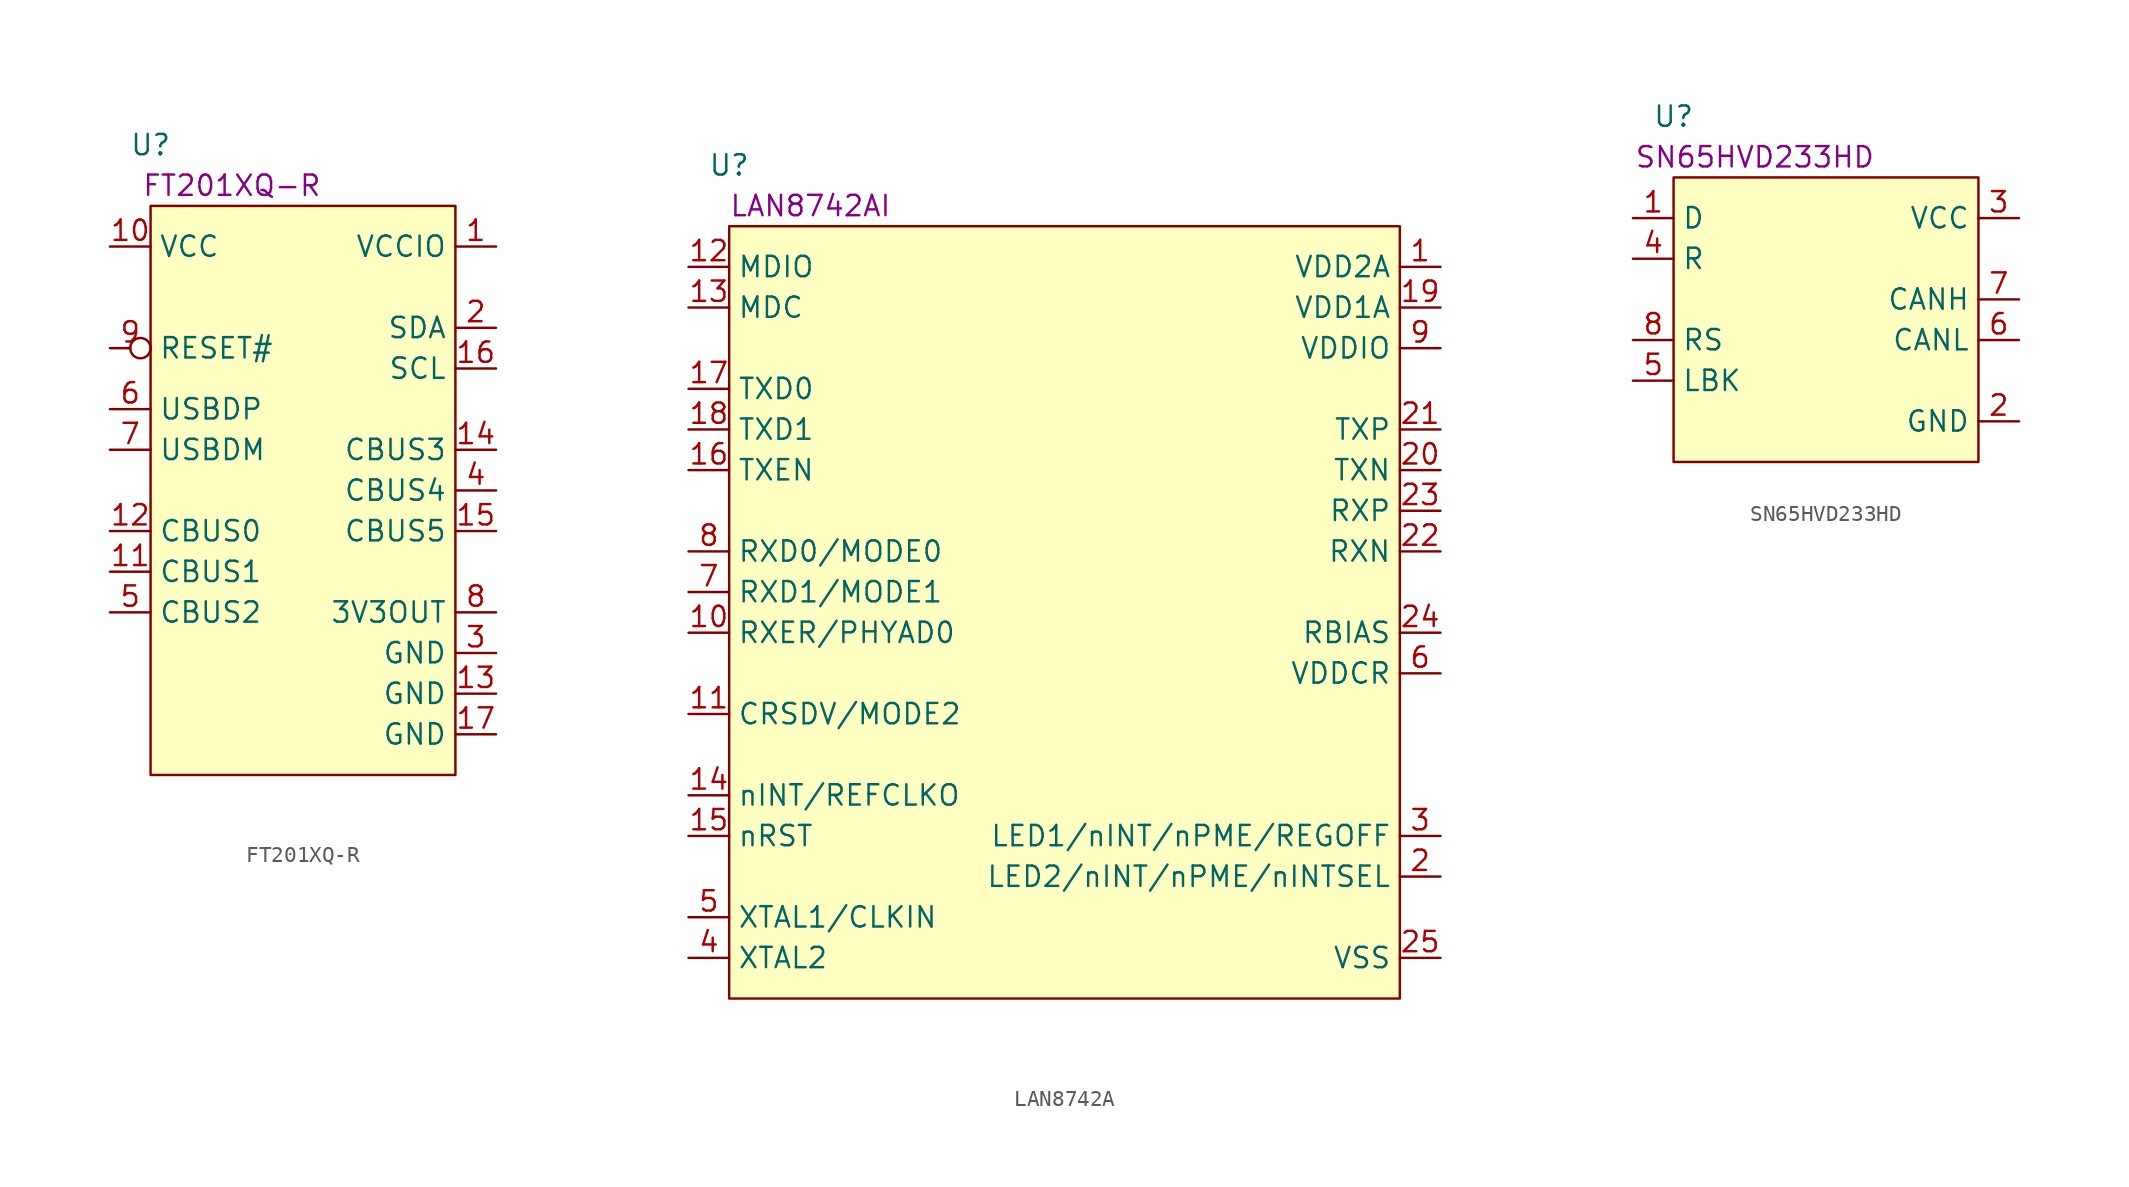
<source format=kicad_sym>
(kicad_symbol_lib
  (version 20211014)
  (generator kicad_symbol_editor)
  (symbol "FT201XQ-R"
    (property "Reference" "U"
      (at 2.54 6.35 0)
      (effects (font (size 1.27 1.27))))
    (property "P/N" "FT201XQ-R"
      (at 7.62 3.81 0)
      (effects (font (size 1.27 1.27))))
    (symbol "FT201XQ-R_0_0"
      (pin power_in line (at 24.13 0 180) (length 2.54) (name "VCCIO" (effects (font (size 1.27 1.27)))) (number "1" (effects (font (size 1.27 1.27)))))
      (pin power_in line (at 0 0 0) (length 2.54) (name "VCC" (effects (font (size 1.27 1.27)))) (number "10" (effects (font (size 1.27 1.27)))))
      (pin passive line (at 0 -20.32 0) (length 2.54) (name "CBUS1" (effects (font (size 1.27 1.27)))) (number "11" (effects (font (size 1.27 1.27)))))
      (pin passive line (at 0 -17.78 0) (length 2.54) (name "CBUS0" (effects (font (size 1.27 1.27)))) (number "12" (effects (font (size 1.27 1.27)))))
      (pin power_in line (at 24.13 -27.94 180) (length 2.54) (name "GND" (effects (font (size 1.27 1.27)))) (number "13" (effects (font (size 1.27 1.27)))))
      (pin passive line (at 24.13 -12.7 180) (length 2.54) (name "CBUS3" (effects (font (size 1.27 1.27)))) (number "14" (effects (font (size 1.27 1.27)))))
      (pin passive line (at 24.13 -17.78 180) (length 2.54) (name "CBUS5" (effects (font (size 1.27 1.27)))) (number "15" (effects (font (size 1.27 1.27)))))
      (pin input line (at 24.13 -7.62 180) (length 2.54) (name "SCL" (effects (font (size 1.27 1.27)))) (number "16" (effects (font (size 1.27 1.27)))))
      (pin power_in line (at 24.13 -30.48 180) (length 2.54) (name "GND" (effects (font (size 1.27 1.27)))) (number "17" (effects (font (size 1.27 1.27)))))
      (pin bidirectional line (at 24.13 -5.08 180) (length 2.54) (name "SDA" (effects (font (size 1.27 1.27)))) (number "2" (effects (font (size 1.27 1.27)))))
      (pin power_in line (at 24.13 -25.4 180) (length 2.54) (name "GND" (effects (font (size 1.27 1.27)))) (number "3" (effects (font (size 1.27 1.27)))))
      (pin passive line (at 24.13 -15.24 180) (length 2.54) (name "CBUS4" (effects (font (size 1.27 1.27)))) (number "4" (effects (font (size 1.27 1.27)))))
      (pin passive line (at 0 -22.86 0) (length 2.54) (name "CBUS2" (effects (font (size 1.27 1.27)))) (number "5" (effects (font (size 1.27 1.27)))))
      (pin passive line (at 0 -10.16 0) (length 2.54) (name "USBDP" (effects (font (size 1.27 1.27)))) (number "6" (effects (font (size 1.27 1.27)))))
      (pin passive line (at 0 -12.7 0) (length 2.54) (name "USBDM" (effects (font (size 1.27 1.27)))) (number "7" (effects (font (size 1.27 1.27)))))
      (pin passive line (at 24.13 -22.86 180) (length 2.54) (name "3V3OUT" (effects (font (size 1.27 1.27)))) (number "8" (effects (font (size 1.27 1.27)))))
      (pin passive inverted (at 0 -6.35 0) (length 2.54) (name "RESET#" (effects (font (size 1.27 1.27)))) (number "9" (effects (font (size 1.27 1.27))))))
    (symbol "FT201XQ-R_0_1"
      (rectangle (start 2.54 -33.02) (end 21.59 2.54) (stroke (width 0) (type default) (color 0 0 0 0)) (fill (type background)))))
  (symbol "LAN8742A"
    (property "Reference" "U"
      (at 2.54 6.35 0)
      (effects (font (size 1.27 1.27))))
    (property "P/N" "LAN8742AI"
      (at 7.62 3.81 0)
      (effects (font (size 1.27 1.27))))
    (symbol "LAN8742A_0_0"
      (pin power_in line (at 46.99 0 180) (length 2.54) (name "VDD2A" (effects (font (size 1.27 1.27)))) (number "1" (effects (font (size 1.27 1.27)))))
      (pin passive line (at 0 -22.86 0) (length 2.54) (name "RXER/PHYAD0" (effects (font (size 1.27 1.27)))) (number "10" (effects (font (size 1.27 1.27)))))
      (pin passive line (at 0 -27.94 0) (length 2.54) (name "CRSDV/MODE2" (effects (font (size 1.27 1.27)))) (number "11" (effects (font (size 1.27 1.27)))))
      (pin passive line (at 0 0 0) (length 2.54) (name "MDIO" (effects (font (size 1.27 1.27)))) (number "12" (effects (font (size 1.27 1.27)))))
      (pin passive line (at 0 -2.54 0) (length 2.54) (name "MDC" (effects (font (size 1.27 1.27)))) (number "13" (effects (font (size 1.27 1.27)))))
      (pin passive line (at 0 -33.02 0) (length 2.54) (name "nINT/REFCLKO" (effects (font (size 1.27 1.27)))) (number "14" (effects (font (size 1.27 1.27)))))
      (pin passive line (at 0 -35.56 0) (length 2.54) (name "nRST" (effects (font (size 1.27 1.27)))) (number "15" (effects (font (size 1.27 1.27)))))
      (pin passive line (at 0 -12.7 0) (length 2.54) (name "TXEN" (effects (font (size 1.27 1.27)))) (number "16" (effects (font (size 1.27 1.27)))))
      (pin passive line (at 0 -7.62 0) (length 2.54) (name "TXD0" (effects (font (size 1.27 1.27)))) (number "17" (effects (font (size 1.27 1.27)))))
      (pin passive line (at 0 -10.16 0) (length 2.54) (name "TXD1" (effects (font (size 1.27 1.27)))) (number "18" (effects (font (size 1.27 1.27)))))
      (pin power_in line (at 46.99 -2.54 180) (length 2.54) (name "VDD1A" (effects (font (size 1.27 1.27)))) (number "19" (effects (font (size 1.27 1.27)))))
      (pin passive line (at 46.99 -38.1 180) (length 2.54) (name "LED2/nINT/nPME/nINTSEL" (effects (font (size 1.27 1.27)))) (number "2" (effects (font (size 1.27 1.27)))))
      (pin passive line (at 46.99 -12.7 180) (length 2.54) (name "TXN" (effects (font (size 1.27 1.27)))) (number "20" (effects (font (size 1.27 1.27)))))
      (pin passive line (at 46.99 -10.16 180) (length 2.54) (name "TXP" (effects (font (size 1.27 1.27)))) (number "21" (effects (font (size 1.27 1.27)))))
      (pin passive line (at 46.99 -17.78 180) (length 2.54) (name "RXN" (effects (font (size 1.27 1.27)))) (number "22" (effects (font (size 1.27 1.27)))))
      (pin passive line (at 46.99 -15.24 180) (length 2.54) (name "RXP" (effects (font (size 1.27 1.27)))) (number "23" (effects (font (size 1.27 1.27)))))
      (pin passive line (at 46.99 -22.86 180) (length 2.54) (name "RBIAS" (effects (font (size 1.27 1.27)))) (number "24" (effects (font (size 1.27 1.27)))))
      (pin power_in line (at 46.99 -43.18 180) (length 2.54) (name "VSS" (effects (font (size 1.27 1.27)))) (number "25" (effects (font (size 1.27 1.27)))))
      (pin passive line (at 46.99 -35.56 180) (length 2.54) (name "LED1/nINT/nPME/REGOFF" (effects (font (size 1.27 1.27)))) (number "3" (effects (font (size 1.27 1.27)))))
      (pin passive line (at 0 -43.18 0) (length 2.54) (name "XTAL2" (effects (font (size 1.27 1.27)))) (number "4" (effects (font (size 1.27 1.27)))))
      (pin passive line (at 0 -40.64 0) (length 2.54) (name "XTAL1/CLKIN" (effects (font (size 1.27 1.27)))) (number "5" (effects (font (size 1.27 1.27)))))
      (pin passive line (at 46.99 -25.4 180) (length 2.54) (name "VDDCR" (effects (font (size 1.27 1.27)))) (number "6" (effects (font (size 1.27 1.27)))))
      (pin passive line (at 0 -20.32 0) (length 2.54) (name "RXD1/MODE1" (effects (font (size 1.27 1.27)))) (number "7" (effects (font (size 1.27 1.27)))))
      (pin passive line (at 0 -17.78 0) (length 2.54) (name "RXD0/MODE0" (effects (font (size 1.27 1.27)))) (number "8" (effects (font (size 1.27 1.27)))))
      (pin power_in line (at 46.99 -5.08 180) (length 2.54) (name "VDDIO" (effects (font (size 1.27 1.27)))) (number "9" (effects (font (size 1.27 1.27))))))
    (symbol "LAN8742A_0_1"
      (rectangle (start 2.54 2.54) (end 44.45 -45.72) (stroke (width 0) (type default) (color 0 0 0 0)) (fill (type background)))))
  (symbol "SN65HVD233HD"
    (property "Reference" "U"
      (at 2.54 6.35 0)
      (effects (font (size 1.27 1.27))))
    (property "P/N" "SN65HVD233HD"
      (at 7.62 3.81 0)
      (effects (font (size 1.27 1.27))))
    (symbol "SN65HVD233HD_0_0"
      (pin passive line (at 0 0 0) (length 2.54) (name "D" (effects (font (size 1.27 1.27)))) (number "1" (effects (font (size 1.27 1.27)))))
      (pin passive line (at 24.13 -12.7 180) (length 2.54) (name "GND" (effects (font (size 1.27 1.27)))) (number "2" (effects (font (size 1.27 1.27)))))
      (pin passive line (at 24.13 0 180) (length 2.54) (name "VCC" (effects (font (size 1.27 1.27)))) (number "3" (effects (font (size 1.27 1.27)))))
      (pin passive line (at 0 -2.54 0) (length 2.54) (name "R" (effects (font (size 1.27 1.27)))) (number "4" (effects (font (size 1.27 1.27)))))
      (pin passive line (at 0 -10.16 0) (length 2.54) (name "LBK" (effects (font (size 1.27 1.27)))) (number "5" (effects (font (size 1.27 1.27)))))
      (pin passive line (at 24.13 -7.62 180) (length 2.54) (name "CANL" (effects (font (size 1.27 1.27)))) (number "6" (effects (font (size 1.27 1.27)))))
      (pin passive line (at 24.13 -5.08 180) (length 2.54) (name "CANH" (effects (font (size 1.27 1.27)))) (number "7" (effects (font (size 1.27 1.27)))))
      (pin passive line (at 0 -7.62 0) (length 2.54) (name "RS" (effects (font (size 1.27 1.27)))) (number "8" (effects (font (size 1.27 1.27))))))
    (symbol "SN65HVD233HD_0_1"
      (rectangle (start 2.54 2.54) (end 21.59 -15.24) (stroke (width 0) (type default) (color 0 0 0 0)) (fill (type background))))))
</source>
